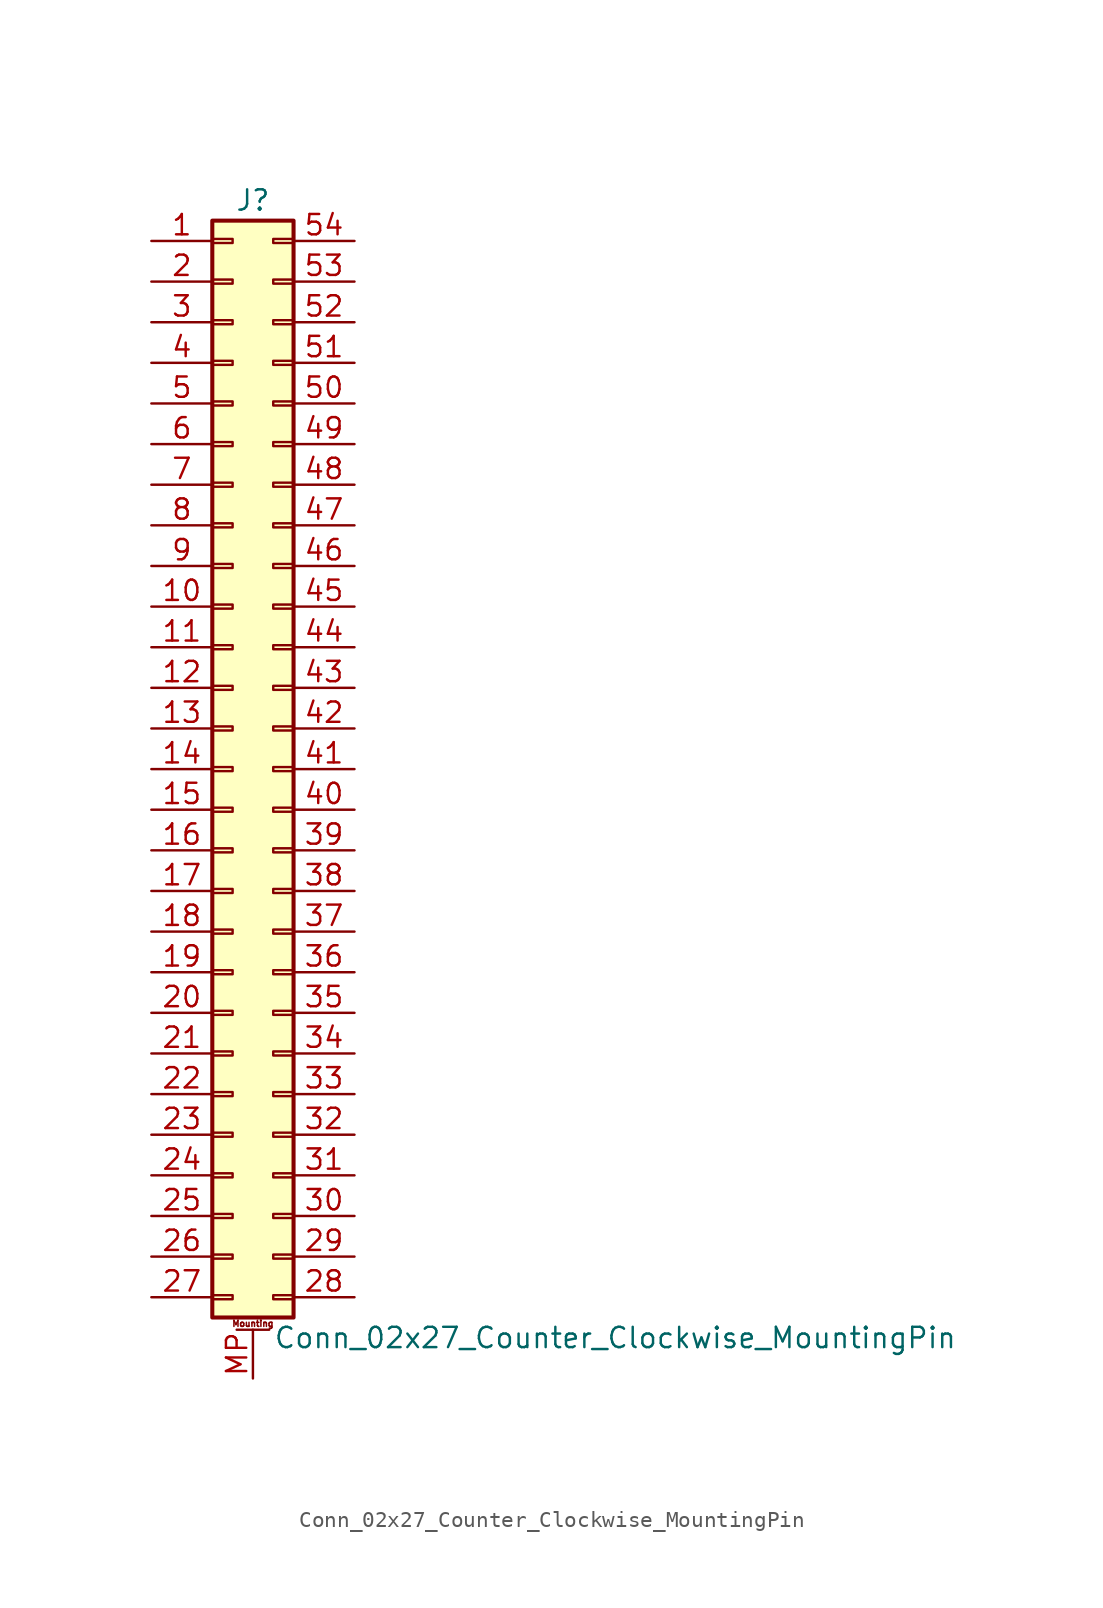
<source format=kicad_sym>
(kicad_symbol_lib
  (version 20220914)
  (generator kicad_symbol_editor)
  (symbol "Conn_02x27_Counter_Clockwise_MountingPin"
    (pin_names
      (offset 1.016) hide)
    (property "Reference" "J"
      (at 1.27 35.56 0)
      (effects (font (size 1.27 1.27))))
    (property "Value" "Conn_02x27_Counter_Clockwise_MountingPin"
      (at 2.54 -35.56 0)
      (effects (font (size 1.27 1.27)) (justify left)))
    (symbol "Conn_02x27_Counter_Clockwise_MountingPin_1_1"
      (rectangle (start -1.27 -32.893) (end 0 -33.147) (stroke (width 0.152) (type default)) (fill (type none)))
      (rectangle (start -1.27 -30.353) (end 0 -30.607) (stroke (width 0.152) (type default)) (fill (type none)))
      (rectangle (start -1.27 -27.813) (end 0 -28.067) (stroke (width 0.152) (type default)) (fill (type none)))
      (rectangle (start -1.27 -25.273) (end 0 -25.527) (stroke (width 0.152) (type default)) (fill (type none)))
      (rectangle (start -1.27 -22.733) (end 0 -22.987) (stroke (width 0.152) (type default)) (fill (type none)))
      (rectangle (start -1.27 -20.193) (end 0 -20.447) (stroke (width 0.152) (type default)) (fill (type none)))
      (rectangle (start -1.27 -17.653) (end 0 -17.907) (stroke (width 0.152) (type default)) (fill (type none)))
      (rectangle (start -1.27 -15.113) (end 0 -15.367) (stroke (width 0.152) (type default)) (fill (type none)))
      (rectangle (start -1.27 -12.573) (end 0 -12.827) (stroke (width 0.152) (type default)) (fill (type none)))
      (rectangle (start -1.27 -10.033) (end 0 -10.287) (stroke (width 0.152) (type default)) (fill (type none)))
      (rectangle (start -1.27 -7.493) (end 0 -7.747) (stroke (width 0.152) (type default)) (fill (type none)))
      (rectangle (start -1.27 -4.953) (end 0 -5.207) (stroke (width 0.152) (type default)) (fill (type none)))
      (rectangle (start -1.27 -2.413) (end 0 -2.667) (stroke (width 0.152) (type default)) (fill (type none)))
      (rectangle (start -1.27 0.127) (end 0 -0.127) (stroke (width 0.152) (type default)) (fill (type none)))
      (rectangle (start -1.27 2.667) (end 0 2.413) (stroke (width 0.152) (type default)) (fill (type none)))
      (rectangle (start -1.27 5.207) (end 0 4.953) (stroke (width 0.152) (type default)) (fill (type none)))
      (rectangle (start -1.27 7.747) (end 0 7.493) (stroke (width 0.152) (type default)) (fill (type none)))
      (rectangle (start -1.27 10.287) (end 0 10.033) (stroke (width 0.152) (type default)) (fill (type none)))
      (rectangle (start -1.27 12.827) (end 0 12.573) (stroke (width 0.152) (type default)) (fill (type none)))
      (rectangle (start -1.27 15.367) (end 0 15.113) (stroke (width 0.152) (type default)) (fill (type none)))
      (rectangle (start -1.27 17.907) (end 0 17.653) (stroke (width 0.152) (type default)) (fill (type none)))
      (rectangle (start -1.27 20.447) (end 0 20.193) (stroke (width 0.152) (type default)) (fill (type none)))
      (rectangle (start -1.27 22.987) (end 0 22.733) (stroke (width 0.152) (type default)) (fill (type none)))
      (rectangle (start -1.27 25.527) (end 0 25.273) (stroke (width 0.152) (type default)) (fill (type none)))
      (rectangle (start -1.27 28.067) (end 0 27.813) (stroke (width 0.152) (type default)) (fill (type none)))
      (rectangle (start -1.27 30.607) (end 0 30.353) (stroke (width 0.152) (type default)) (fill (type none)))
      (rectangle (start -1.27 33.147) (end 0 32.893) (stroke (width 0.152) (type default)) (fill (type none)))
      (rectangle (start -1.27 34.29) (end 3.81 -34.29) (stroke (width 0.254) (type default)) (fill (type background)))
      (polyline (pts (xy 0.254 -35.052) (xy 2.286 -35.052)) (stroke (width 0.152) (type default)) (fill (type none)))
      (rectangle (start 3.81 -32.893) (end 2.54 -33.147) (stroke (width 0.152) (type default)) (fill (type none)))
      (rectangle (start 3.81 -30.353) (end 2.54 -30.607) (stroke (width 0.152) (type default)) (fill (type none)))
      (rectangle (start 3.81 -27.813) (end 2.54 -28.067) (stroke (width 0.152) (type default)) (fill (type none)))
      (rectangle (start 3.81 -25.273) (end 2.54 -25.527) (stroke (width 0.152) (type default)) (fill (type none)))
      (rectangle (start 3.81 -22.733) (end 2.54 -22.987) (stroke (width 0.152) (type default)) (fill (type none)))
      (rectangle (start 3.81 -20.193) (end 2.54 -20.447) (stroke (width 0.152) (type default)) (fill (type none)))
      (rectangle (start 3.81 -17.653) (end 2.54 -17.907) (stroke (width 0.152) (type default)) (fill (type none)))
      (rectangle (start 3.81 -15.113) (end 2.54 -15.367) (stroke (width 0.152) (type default)) (fill (type none)))
      (rectangle (start 3.81 -12.573) (end 2.54 -12.827) (stroke (width 0.152) (type default)) (fill (type none)))
      (rectangle (start 3.81 -10.033) (end 2.54 -10.287) (stroke (width 0.152) (type default)) (fill (type none)))
      (rectangle (start 3.81 -7.493) (end 2.54 -7.747) (stroke (width 0.152) (type default)) (fill (type none)))
      (rectangle (start 3.81 -4.953) (end 2.54 -5.207) (stroke (width 0.152) (type default)) (fill (type none)))
      (rectangle (start 3.81 -2.413) (end 2.54 -2.667) (stroke (width 0.152) (type default)) (fill (type none)))
      (rectangle (start 3.81 0.127) (end 2.54 -0.127) (stroke (width 0.152) (type default)) (fill (type none)))
      (rectangle (start 3.81 2.667) (end 2.54 2.413) (stroke (width 0.152) (type default)) (fill (type none)))
      (rectangle (start 3.81 5.207) (end 2.54 4.953) (stroke (width 0.152) (type default)) (fill (type none)))
      (rectangle (start 3.81 7.747) (end 2.54 7.493) (stroke (width 0.152) (type default)) (fill (type none)))
      (rectangle (start 3.81 10.287) (end 2.54 10.033) (stroke (width 0.152) (type default)) (fill (type none)))
      (rectangle (start 3.81 12.827) (end 2.54 12.573) (stroke (width 0.152) (type default)) (fill (type none)))
      (rectangle (start 3.81 15.367) (end 2.54 15.113) (stroke (width 0.152) (type default)) (fill (type none)))
      (rectangle (start 3.81 17.907) (end 2.54 17.653) (stroke (width 0.152) (type default)) (fill (type none)))
      (rectangle (start 3.81 20.447) (end 2.54 20.193) (stroke (width 0.152) (type default)) (fill (type none)))
      (rectangle (start 3.81 22.987) (end 2.54 22.733) (stroke (width 0.152) (type default)) (fill (type none)))
      (rectangle (start 3.81 25.527) (end 2.54 25.273) (stroke (width 0.152) (type default)) (fill (type none)))
      (rectangle (start 3.81 28.067) (end 2.54 27.813) (stroke (width 0.152) (type default)) (fill (type none)))
      (rectangle (start 3.81 30.607) (end 2.54 30.353) (stroke (width 0.152) (type default)) (fill (type none)))
      (rectangle (start 3.81 33.147) (end 2.54 32.893) (stroke (width 0.152) (type default)) (fill (type none)))
      (text "Mounting" (at 1.27 -34.671 0) (effects (font (size 0.381 0.381))))
      (pin passive line (at -5.08 33.02 0) (length 3.81) (name "Pin_1" (effects (font (size 1.27 1.27)))) (number "1" (effects (font (size 1.27 1.27)))))
      (pin passive line (at -5.08 10.16 0) (length 3.81) (name "Pin_10" (effects (font (size 1.27 1.27)))) (number "10" (effects (font (size 1.27 1.27)))))
      (pin passive line (at -5.08 7.62 0) (length 3.81) (name "Pin_11" (effects (font (size 1.27 1.27)))) (number "11" (effects (font (size 1.27 1.27)))))
      (pin passive line (at -5.08 5.08 0) (length 3.81) (name "Pin_12" (effects (font (size 1.27 1.27)))) (number "12" (effects (font (size 1.27 1.27)))))
      (pin passive line (at -5.08 2.54 0) (length 3.81) (name "Pin_13" (effects (font (size 1.27 1.27)))) (number "13" (effects (font (size 1.27 1.27)))))
      (pin passive line (at -5.08 0 0) (length 3.81) (name "Pin_14" (effects (font (size 1.27 1.27)))) (number "14" (effects (font (size 1.27 1.27)))))
      (pin passive line (at -5.08 -2.54 0) (length 3.81) (name "Pin_15" (effects (font (size 1.27 1.27)))) (number "15" (effects (font (size 1.27 1.27)))))
      (pin passive line (at -5.08 -5.08 0) (length 3.81) (name "Pin_16" (effects (font (size 1.27 1.27)))) (number "16" (effects (font (size 1.27 1.27)))))
      (pin passive line (at -5.08 -7.62 0) (length 3.81) (name "Pin_17" (effects (font (size 1.27 1.27)))) (number "17" (effects (font (size 1.27 1.27)))))
      (pin passive line (at -5.08 -10.16 0) (length 3.81) (name "Pin_18" (effects (font (size 1.27 1.27)))) (number "18" (effects (font (size 1.27 1.27)))))
      (pin passive line (at -5.08 -12.7 0) (length 3.81) (name "Pin_19" (effects (font (size 1.27 1.27)))) (number "19" (effects (font (size 1.27 1.27)))))
      (pin passive line (at -5.08 30.48 0) (length 3.81) (name "Pin_2" (effects (font (size 1.27 1.27)))) (number "2" (effects (font (size 1.27 1.27)))))
      (pin passive line (at -5.08 -15.24 0) (length 3.81) (name "Pin_20" (effects (font (size 1.27 1.27)))) (number "20" (effects (font (size 1.27 1.27)))))
      (pin passive line (at -5.08 -17.78 0) (length 3.81) (name "Pin_21" (effects (font (size 1.27 1.27)))) (number "21" (effects (font (size 1.27 1.27)))))
      (pin passive line (at -5.08 -20.32 0) (length 3.81) (name "Pin_22" (effects (font (size 1.27 1.27)))) (number "22" (effects (font (size 1.27 1.27)))))
      (pin passive line (at -5.08 -22.86 0) (length 3.81) (name "Pin_23" (effects (font (size 1.27 1.27)))) (number "23" (effects (font (size 1.27 1.27)))))
      (pin passive line (at -5.08 -25.4 0) (length 3.81) (name "Pin_24" (effects (font (size 1.27 1.27)))) (number "24" (effects (font (size 1.27 1.27)))))
      (pin passive line (at -5.08 -27.94 0) (length 3.81) (name "Pin_25" (effects (font (size 1.27 1.27)))) (number "25" (effects (font (size 1.27 1.27)))))
      (pin passive line (at -5.08 -30.48 0) (length 3.81) (name "Pin_26" (effects (font (size 1.27 1.27)))) (number "26" (effects (font (size 1.27 1.27)))))
      (pin passive line (at -5.08 -33.02 0) (length 3.81) (name "Pin_27" (effects (font (size 1.27 1.27)))) (number "27" (effects (font (size 1.27 1.27)))))
      (pin passive line (at 7.62 -33.02 180) (length 3.81) (name "Pin_28" (effects (font (size 1.27 1.27)))) (number "28" (effects (font (size 1.27 1.27)))))
      (pin passive line (at 7.62 -30.48 180) (length 3.81) (name "Pin_29" (effects (font (size 1.27 1.27)))) (number "29" (effects (font (size 1.27 1.27)))))
      (pin passive line (at -5.08 27.94 0) (length 3.81) (name "Pin_3" (effects (font (size 1.27 1.27)))) (number "3" (effects (font (size 1.27 1.27)))))
      (pin passive line (at 7.62 -27.94 180) (length 3.81) (name "Pin_30" (effects (font (size 1.27 1.27)))) (number "30" (effects (font (size 1.27 1.27)))))
      (pin passive line (at 7.62 -25.4 180) (length 3.81) (name "Pin_31" (effects (font (size 1.27 1.27)))) (number "31" (effects (font (size 1.27 1.27)))))
      (pin passive line (at 7.62 -22.86 180) (length 3.81) (name "Pin_32" (effects (font (size 1.27 1.27)))) (number "32" (effects (font (size 1.27 1.27)))))
      (pin passive line (at 7.62 -20.32 180) (length 3.81) (name "Pin_33" (effects (font (size 1.27 1.27)))) (number "33" (effects (font (size 1.27 1.27)))))
      (pin passive line (at 7.62 -17.78 180) (length 3.81) (name "Pin_34" (effects (font (size 1.27 1.27)))) (number "34" (effects (font (size 1.27 1.27)))))
      (pin passive line (at 7.62 -15.24 180) (length 3.81) (name "Pin_35" (effects (font (size 1.27 1.27)))) (number "35" (effects (font (size 1.27 1.27)))))
      (pin passive line (at 7.62 -12.7 180) (length 3.81) (name "Pin_36" (effects (font (size 1.27 1.27)))) (number "36" (effects (font (size 1.27 1.27)))))
      (pin passive line (at 7.62 -10.16 180) (length 3.81) (name "Pin_37" (effects (font (size 1.27 1.27)))) (number "37" (effects (font (size 1.27 1.27)))))
      (pin passive line (at 7.62 -7.62 180) (length 3.81) (name "Pin_38" (effects (font (size 1.27 1.27)))) (number "38" (effects (font (size 1.27 1.27)))))
      (pin passive line (at 7.62 -5.08 180) (length 3.81) (name "Pin_39" (effects (font (size 1.27 1.27)))) (number "39" (effects (font (size 1.27 1.27)))))
      (pin passive line (at -5.08 25.4 0) (length 3.81) (name "Pin_4" (effects (font (size 1.27 1.27)))) (number "4" (effects (font (size 1.27 1.27)))))
      (pin passive line (at 7.62 -2.54 180) (length 3.81) (name "Pin_40" (effects (font (size 1.27 1.27)))) (number "40" (effects (font (size 1.27 1.27)))))
      (pin passive line (at 7.62 0 180) (length 3.81) (name "Pin_41" (effects (font (size 1.27 1.27)))) (number "41" (effects (font (size 1.27 1.27)))))
      (pin passive line (at 7.62 2.54 180) (length 3.81) (name "Pin_42" (effects (font (size 1.27 1.27)))) (number "42" (effects (font (size 1.27 1.27)))))
      (pin passive line (at 7.62 5.08 180) (length 3.81) (name "Pin_43" (effects (font (size 1.27 1.27)))) (number "43" (effects (font (size 1.27 1.27)))))
      (pin passive line (at 7.62 7.62 180) (length 3.81) (name "Pin_44" (effects (font (size 1.27 1.27)))) (number "44" (effects (font (size 1.27 1.27)))))
      (pin passive line (at 7.62 10.16 180) (length 3.81) (name "Pin_45" (effects (font (size 1.27 1.27)))) (number "45" (effects (font (size 1.27 1.27)))))
      (pin passive line (at 7.62 12.7 180) (length 3.81) (name "Pin_46" (effects (font (size 1.27 1.27)))) (number "46" (effects (font (size 1.27 1.27)))))
      (pin passive line (at 7.62 15.24 180) (length 3.81) (name "Pin_47" (effects (font (size 1.27 1.27)))) (number "47" (effects (font (size 1.27 1.27)))))
      (pin passive line (at 7.62 17.78 180) (length 3.81) (name "Pin_48" (effects (font (size 1.27 1.27)))) (number "48" (effects (font (size 1.27 1.27)))))
      (pin passive line (at 7.62 20.32 180) (length 3.81) (name "Pin_49" (effects (font (size 1.27 1.27)))) (number "49" (effects (font (size 1.27 1.27)))))
      (pin passive line (at -5.08 22.86 0) (length 3.81) (name "Pin_5" (effects (font (size 1.27 1.27)))) (number "5" (effects (font (size 1.27 1.27)))))
      (pin passive line (at 7.62 22.86 180) (length 3.81) (name "Pin_50" (effects (font (size 1.27 1.27)))) (number "50" (effects (font (size 1.27 1.27)))))
      (pin passive line (at 7.62 25.4 180) (length 3.81) (name "Pin_51" (effects (font (size 1.27 1.27)))) (number "51" (effects (font (size 1.27 1.27)))))
      (pin passive line (at 7.62 27.94 180) (length 3.81) (name "Pin_52" (effects (font (size 1.27 1.27)))) (number "52" (effects (font (size 1.27 1.27)))))
      (pin passive line (at 7.62 30.48 180) (length 3.81) (name "Pin_53" (effects (font (size 1.27 1.27)))) (number "53" (effects (font (size 1.27 1.27)))))
      (pin passive line (at 7.62 33.02 180) (length 3.81) (name "Pin_54" (effects (font (size 1.27 1.27)))) (number "54" (effects (font (size 1.27 1.27)))))
      (pin passive line (at -5.08 20.32 0) (length 3.81) (name "Pin_6" (effects (font (size 1.27 1.27)))) (number "6" (effects (font (size 1.27 1.27)))))
      (pin passive line (at -5.08 17.78 0) (length 3.81) (name "Pin_7" (effects (font (size 1.27 1.27)))) (number "7" (effects (font (size 1.27 1.27)))))
      (pin passive line (at -5.08 15.24 0) (length 3.81) (name "Pin_8" (effects (font (size 1.27 1.27)))) (number "8" (effects (font (size 1.27 1.27)))))
      (pin passive line (at -5.08 12.7 0) (length 3.81) (name "Pin_9" (effects (font (size 1.27 1.27)))) (number "9" (effects (font (size 1.27 1.27)))))
      (pin passive line (at 1.27 -38.1 90) (length 3.048) (name "MountPin" (effects (font (size 1.27 1.27)))) (number "MP" (effects (font (size 1.27 1.27))))))))
</source>
